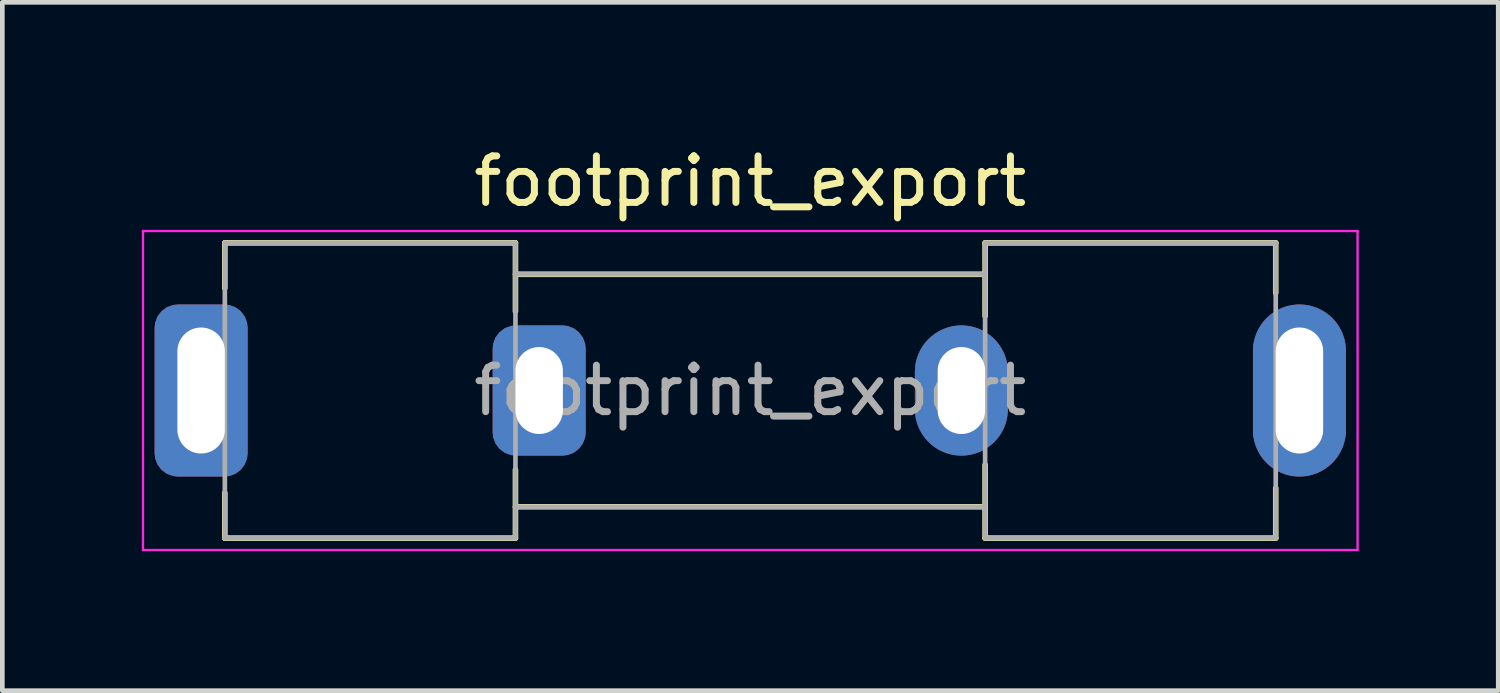
<source format=kicad_pcb>
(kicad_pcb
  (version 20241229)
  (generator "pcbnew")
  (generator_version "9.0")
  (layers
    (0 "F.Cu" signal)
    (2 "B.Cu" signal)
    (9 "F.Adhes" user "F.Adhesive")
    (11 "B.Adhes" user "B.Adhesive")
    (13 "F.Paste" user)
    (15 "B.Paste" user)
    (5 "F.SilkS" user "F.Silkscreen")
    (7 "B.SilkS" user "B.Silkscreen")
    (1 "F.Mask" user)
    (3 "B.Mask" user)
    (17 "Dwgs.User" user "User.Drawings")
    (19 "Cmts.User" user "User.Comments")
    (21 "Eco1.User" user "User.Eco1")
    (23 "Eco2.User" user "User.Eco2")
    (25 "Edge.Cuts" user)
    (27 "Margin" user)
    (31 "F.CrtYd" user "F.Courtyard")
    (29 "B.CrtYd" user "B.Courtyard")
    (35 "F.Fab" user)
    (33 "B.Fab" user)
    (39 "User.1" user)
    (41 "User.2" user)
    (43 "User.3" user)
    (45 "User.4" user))
  (footprint "footprint_export"
    (layer "F.Cu")
    (at 1.275 5.348)
    (property "Reference" "footprint_export" (at 11.81 -4.5 0) (layer "F.SilkS") (effects (font (size 1 1) (thickness 0.15))))
    (attr through_hole)
    (fp_line (start 0.51 -3.175) (end 0.51 -2.2) (stroke (width 0.12) (type solid)) (layer "F.SilkS"))
    (fp_line (start 0.51 3.175) (end 0.51 2.2) (stroke (width 0.12) (type solid)) (layer "F.SilkS"))
    (fp_line (start 6.76 -3.175) (end 0.51 -3.175) (stroke (width 0.12) (type solid)) (layer "F.SilkS"))
    (fp_line (start 6.76 -3.175) (end 6.76 -1.7) (stroke (width 0.12) (type solid)) (layer "F.SilkS"))
    (fp_line (start 6.76 3.175) (end 0.51 3.175) (stroke (width 0.12) (type solid)) (layer "F.SilkS"))
    (fp_line (start 6.76 3.175) (end 6.76 1.7) (stroke (width 0.12) (type solid)) (layer "F.SilkS"))
    (fp_line (start 16.86 -3.175) (end 16.86 -1.6) (stroke (width 0.12) (type solid)) (layer "F.SilkS"))
    (fp_line (start 16.86 -2.5) (end 6.76 -2.5) (stroke (width 0.12) (type solid)) (layer "F.SilkS"))
    (fp_line (start 16.86 2.5) (end 6.76 2.5) (stroke (width 0.12) (type solid)) (layer "F.SilkS"))
    (fp_line (start 16.86 3.175) (end 16.86 1.6) (stroke (width 0.12) (type solid)) (layer "F.SilkS"))
    (fp_line (start 16.86 3.175) (end 23.11 3.175) (stroke (width 0.12) (type solid)) (layer "F.SilkS"))
    (fp_line (start 23.11 -3.175) (end 16.86 -3.175) (stroke (width 0.12) (type solid)) (layer "F.SilkS"))
    (fp_line (start 23.11 -2.1) (end 23.11 -3.175) (stroke (width 0.12) (type solid)) (layer "F.SilkS"))
    (fp_line (start 23.11 2.1) (end 23.11 3.175) (stroke (width 0.12) (type solid)) (layer "F.SilkS"))
    (fp_line (start -1.25 -3.43) (end -1.25 3.43) (stroke (width 0.05) (type solid)) (layer "F.CrtYd"))
    (fp_line (start -1.25 -3.43) (end 24.87 -3.43) (stroke (width 0.05) (type solid)) (layer "F.CrtYd"))
    (fp_line (start 24.87 3.43) (end -1.25 3.43) (stroke (width 0.05) (type solid)) (layer "F.CrtYd"))
    (fp_line (start 24.87 3.43) (end 24.87 -3.43) (stroke (width 0.05) (type solid)) (layer "F.CrtYd"))
    (fp_line (start 0.51 -3.175) (end 6.76 -3.175) (stroke (width 0.1) (type solid)) (layer "F.Fab"))
    (fp_line (start 0.51 3.175) (end 0.51 -3.175) (stroke (width 0.1) (type solid)) (layer "F.Fab"))
    (fp_line (start 6.76 -3.175) (end 6.76 3.175) (stroke (width 0.1) (type solid)) (layer "F.Fab"))
    (fp_line (start 6.76 -2.5) (end 16.86 -2.5) (stroke (width 0.1) (type solid)) (layer "F.Fab"))
    (fp_line (start 6.76 3.175) (end 0.51 3.175) (stroke (width 0.1) (type solid)) (layer "F.Fab"))
    (fp_line (start 16.86 -3.175) (end 16.86 3.175) (stroke (width 0.1) (type solid)) (layer "F.Fab"))
    (fp_line (start 16.86 2.5) (end 6.76 2.5) (stroke (width 0.1) (type solid)) (layer "F.Fab"))
    (fp_line (start 16.86 3.175) (end 23.11 3.175) (stroke (width 0.1) (type solid)) (layer "F.Fab"))
    (fp_line (start 23.11 -3.175) (end 16.86 -3.175) (stroke (width 0.1) (type solid)) (layer "F.Fab"))
    (fp_line (start 23.11 3.175) (end 23.11 -3.175) (stroke (width 0.1) (type solid)) (layer "F.Fab"))
    (fp_text user "${REFERENCE}" (at 11.81 0 0) (layer "F.Fab") (effects (font (size 1 1) (thickness 0.15))))
    (pad "1" thru_hole roundrect (at 0 0) (size 2 3.7) (drill oval 1.02 2.71) (layers "*.Cu" "*.Mask") (roundrect_rratio 0.25))
    (pad "1" thru_hole roundrect (at 7.27 0) (size 2 2.8) (drill oval 1.02 1.87) (layers "*.Cu" "*.Mask") (roundrect_rratio 0.25))
    (pad "2" thru_hole oval (at 16.35 0) (size 2 2.8) (drill oval 1.02 1.87) (layers "*.Cu" "*.Mask"))
    (pad "2" thru_hole oval (at 23.62 0) (size 2 3.7) (drill oval 1.02 2.71) (layers "*.Cu" "*.Mask")))
  (gr_rect
    (start -3 -3)
    (end 29.17 11.803)
    (stroke (width 0.1) (type default))
    (fill no)
    (layer "Edge.Cuts")))
</source>
